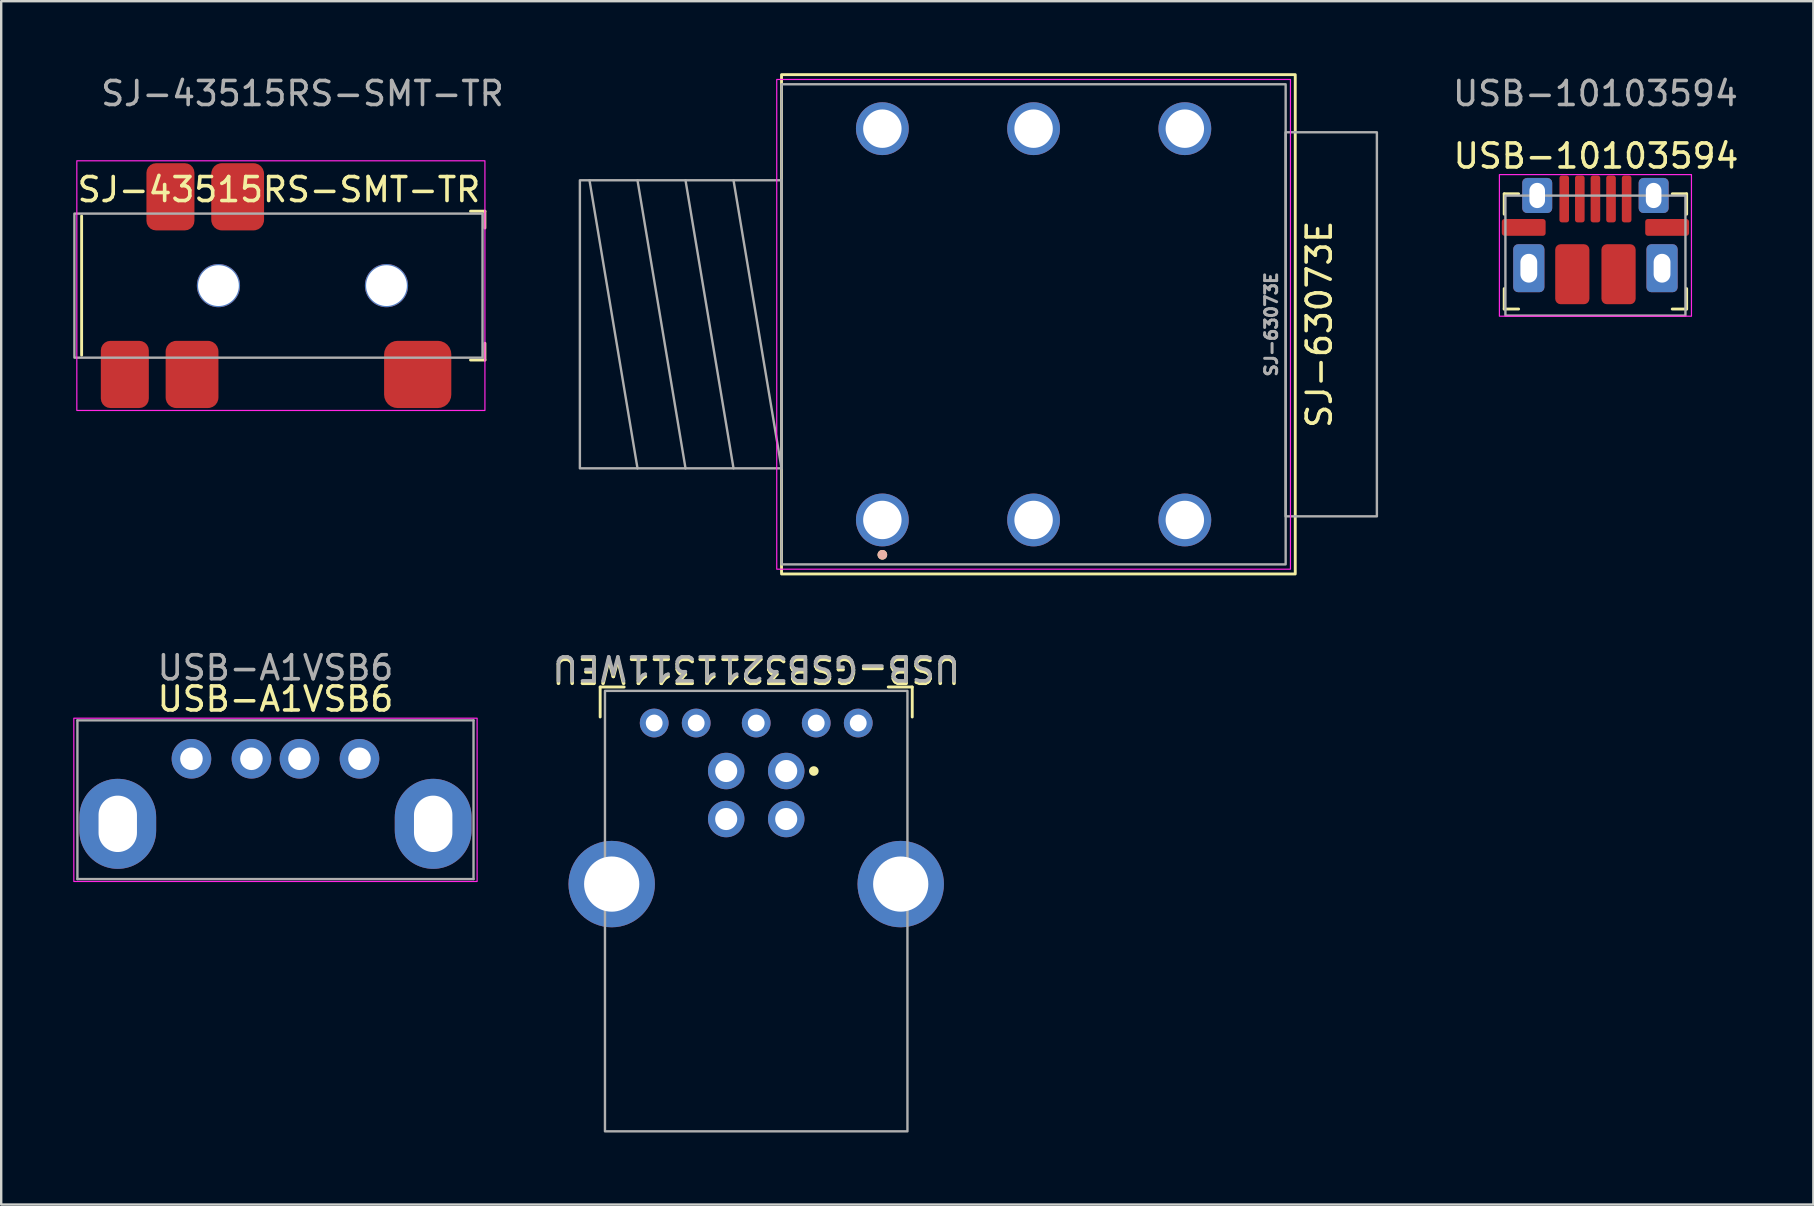
<source format=kicad_pcb>
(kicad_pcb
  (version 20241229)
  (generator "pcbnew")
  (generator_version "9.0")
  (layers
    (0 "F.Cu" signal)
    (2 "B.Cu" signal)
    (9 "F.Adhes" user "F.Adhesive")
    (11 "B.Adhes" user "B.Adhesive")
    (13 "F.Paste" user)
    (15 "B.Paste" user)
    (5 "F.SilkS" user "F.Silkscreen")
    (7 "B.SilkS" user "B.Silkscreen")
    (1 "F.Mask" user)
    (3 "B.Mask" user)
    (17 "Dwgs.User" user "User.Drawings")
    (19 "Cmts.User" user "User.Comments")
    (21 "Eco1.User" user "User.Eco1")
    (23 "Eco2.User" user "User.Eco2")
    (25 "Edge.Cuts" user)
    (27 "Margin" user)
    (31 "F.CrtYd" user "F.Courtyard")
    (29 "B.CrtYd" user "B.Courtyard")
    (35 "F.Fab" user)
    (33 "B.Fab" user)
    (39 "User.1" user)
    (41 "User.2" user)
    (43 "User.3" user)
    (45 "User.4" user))
  (footprint "USB-A1VSB6"
    (layer "F.Cu")
    (at 8.425 31.268)
    (property "Reference" "USB-A1VSB6" (at 0 -5.2 0) (unlocked yes) (layer "F.SilkS") (effects (font (size 1 1) (thickness 0.15))))
    (attr through_hole)
    (fp_rect (start -8.4 -4.4) (end 8.4 2.4) (stroke (width 0.05) (type solid)) (fill no) (layer "F.CrtYd"))
    (fp_line (start -8.25 -4.31) (end 8.25 -4.31) (stroke (width 0.1) (type solid)) (layer "F.Fab"))
    (fp_line (start -8.25 2.3) (end -8.25 -4.31) (stroke (width 0.1) (type solid)) (layer "F.Fab"))
    (fp_line (start 8.25 -4.31) (end 8.25 2.3) (stroke (width 0.1) (type solid)) (layer "F.Fab"))
    (fp_line (start 8.25 2.3) (end -8.25 2.3) (stroke (width 0.1) (type solid)) (layer "F.Fab"))
    (fp_text user "${REFERENCE}" (at 0 -6.5 0) (unlocked yes) (layer "F.Fab") (effects (font (size 1 1) (thickness 0.15))))
    (pad "1" thru_hole circle (at -3.5 -2.71) (size 1.65 1.65) (drill 0.94) (layers "*.Cu" "*.Mask"))
    (pad "2" thru_hole circle (at -1 -2.71) (size 1.65 1.65) (drill 0.94) (layers "*.Cu" "*.Mask"))
    (pad "3" thru_hole circle (at 1 -2.71) (size 1.65 1.65) (drill 0.94) (layers "*.Cu" "*.Mask"))
    (pad "4" thru_hole circle (at 3.5 -2.71) (size 1.65 1.65) (drill 0.94) (layers "*.Cu" "*.Mask"))
    (pad "5" thru_hole oval (at -6.57 0) (size 3.2 3.75) (drill oval 1.6 2.35) (layers "*.Cu" "*.Mask"))
    (pad "5" thru_hole oval (at 6.57 0) (size 3.2 3.75) (drill oval 1.6 2.35) (layers "*.Cu" "*.Mask")))
  (footprint "USB-GSB3211311WEU"
    (layer "F.Cu")
    (at 28.451 27.068)
    (property "Reference" "USB-GSB3211311WEU" (at 0 -2.2 180) (unlocked yes) (layer "F.SilkS") (effects (font (size 1 1) (thickness 0.15))))
    (attr through_hole)
    (fp_line (start -6.5 -1.5) (end -5.5 -1.5) (stroke (width 0.12) (type solid)) (layer "F.SilkS"))
    (fp_line (start -6.5 -0.25) (end -6.5 -1.5) (stroke (width 0.12) (type solid)) (layer "F.SilkS"))
    (fp_line (start 6.5 -1.5) (end 5.5 -1.5) (stroke (width 0.12) (type solid)) (layer "F.SilkS"))
    (fp_line (start 6.5 -0.25) (end 6.5 -1.5) (stroke (width 0.12) (type solid)) (layer "F.SilkS"))
    (fp_circle (center 2.4 2) (end 2.6 2) (stroke (width 0) (type solid)) (fill yes) (layer "F.SilkS"))
    (fp_rect (start -6.3 -1.34) (end 6.3 17.01) (stroke (width 0.1) (type solid)) (fill no) (layer "F.Fab"))
    (fp_line (start -6.02 10.46) (end 6.02 10.46) (stroke (width 0.12) (type solid)) (layer "User.2"))
    (fp_text user "${REFERENCE}" (at 0 -2.3 180) (unlocked yes) (layer "F.Fab") (effects (font (size 1 1) (thickness 0.15))))
    (pad "1" thru_hole circle (at 1.25 2) (size 1.52 1.52) (drill 0.92) (layers "*.Cu" "*.Mask"))
    (pad "2" thru_hole circle (at -1.25 2) (size 1.52 1.52) (drill 0.92) (layers "*.Cu" "*.Mask"))
    (pad "3" thru_hole circle (at -1.25 4) (size 1.52 1.52) (drill 0.92) (layers "*.Cu" "*.Mask"))
    (pad "4" thru_hole circle (at 1.25 4) (size 1.52 1.52) (drill 0.92) (layers "*.Cu" "*.Mask"))
    (pad "5" thru_hole circle (at -4.25 0) (size 1.2 1.2) (drill 0.7) (layers "*.Cu" "*.Mask"))
    (pad "6" thru_hole circle (at -2.5 0) (size 1.2 1.2) (drill 0.7) (layers "*.Cu" "*.Mask"))
    (pad "7" thru_hole circle (at 0 0) (size 1.2 1.2) (drill 0.7) (layers "*.Cu" "*.Mask"))
    (pad "8" thru_hole circle (at 2.5 0) (size 1.2 1.2) (drill 0.7) (layers "*.Cu" "*.Mask"))
    (pad "9" thru_hole circle (at 4.25 0) (size 1.2 1.2) (drill 0.7) (layers "*.Cu" "*.Mask"))
    (pad "10" thru_hole circle (at -6.02 6.71) (size 3.6 3.6) (drill 2.3) (layers "*.Cu" "*.Mask"))
    (pad "10" thru_hole circle (at 6.02 6.71) (size 3.6 3.6) (drill 2.3) (layers "*.Cu" "*.Mask")))
  (footprint "SJ-63073E"
    (layer "F.Cu")
    (at 29.506 10.46)
    (property "Reference" "SJ-63073E" (at 22.4 0 90) (unlocked yes) (layer "F.SilkS") (effects (font (size 1 1) (thickness 0.15))))
    (attr through_hole)
    (fp_rect (start 0 -10.4) (end 21.4 10.4) (stroke (width 0.12) (type default)) (fill no) (layer "F.SilkS"))
    (fp_circle (center 4.2 9.6) (end 4.4 9.6) (stroke (width 0) (type solid)) (fill yes) (layer "F.SilkS"))
    (fp_circle (center 4.2 9.6) (end 4.4 9.6) (stroke (width 0) (type solid)) (fill yes) (layer "B.SilkS"))
    (fp_rect (start -0.2 -10.2) (end 21.2 10.2) (stroke (width 0.05) (type default)) (fill no) (layer "F.CrtYd"))
    (fp_line (start -8 -6) (end -6 6) (stroke (width 0.1) (type default)) (layer "F.Fab"))
    (fp_line (start -6 -6) (end -4 6) (stroke (width 0.1) (type default)) (layer "F.Fab"))
    (fp_line (start -4 -6) (end -2 6) (stroke (width 0.1) (type default)) (layer "F.Fab"))
    (fp_line (start -2 -6) (end 0 6) (stroke (width 0.1) (type default)) (layer "F.Fab"))
    (fp_rect (start -8.4 -6) (end 0 6) (stroke (width 0.1) (type default)) (fill no) (layer "F.Fab"))
    (fp_rect (start 0 -10) (end 21 10) (stroke (width 0.1) (type default)) (fill no) (layer "F.Fab"))
    (fp_rect (start 21 -8) (end 24.8 8) (stroke (width 0.1) (type default)) (fill no) (layer "F.Fab"))
    (fp_text user "${REFERENCE}" (at 20.4 0 90) (unlocked yes) (layer "F.Fab") (effects (font (size 0.5 0.5) (thickness 0.125))))
    (pad "1" thru_hole circle (at 4.2 8.15) (size 2.2 2.2) (drill 1.6) (layers "*.Cu" "*.Mask"))
    (pad "2" thru_hole circle (at 16.8 8.15) (size 2.2 2.2) (drill 1.6) (layers "*.Cu" "*.Mask"))
    (pad "3" thru_hole circle (at 10.5 8.15) (size 2.2 2.2) (drill 1.6) (layers "*.Cu" "*.Mask"))
    (pad "4" thru_hole circle (at 4.2 -8.15) (size 2.2 2.2) (drill 1.6) (layers "*.Cu" "*.Mask"))
    (pad "5" thru_hole circle (at 16.8 -8.15) (size 2.2 2.2) (drill 1.6) (layers "*.Cu" "*.Mask"))
    (pad "6" thru_hole circle (at 10.5 -8.15) (size 2.2 2.2) (drill 1.6) (layers "*.Cu" "*.Mask")))
  (footprint "SJ-43515RS-SMT-TR"
    (layer "F.Cu")
    (at 1.55 8.848)
    (property "Reference" "SJ-43515RS-SMT-TR" (at 15.5 -4 0) (unlocked yes) (layer "F.SilkS") (effects (font (size 1 1) (thickness 0.15)) (justify right)))
    (attr smd)
    (fp_line (start -1.2 -2.9) (end -1.2 2.9) (stroke (width 0.12) (type solid)) (layer "F.SilkS"))
    (fp_line (start 15 -3.1) (end 15.6 -3.1) (stroke (width 0.12) (type solid)) (layer "F.SilkS"))
    (fp_line (start 15 3.1) (end 15.6 3.1) (stroke (width 0.12) (type solid)) (layer "F.SilkS"))
    (fp_line (start 15.6 -3.1) (end 15.6 -2.4) (stroke (width 0.12) (type solid)) (layer "F.SilkS"))
    (fp_line (start 15.6 3.1) (end 15.6 2.4) (stroke (width 0.12) (type solid)) (layer "F.SilkS"))
    (fp_rect (start -1.4 -5.2) (end 15.6 5.2) (stroke (width 0.05) (type solid)) (fill no) (layer "F.CrtYd"))
    (fp_rect (start -1.5 -3) (end 15.5 3) (stroke (width 0.1) (type solid)) (fill no) (layer "F.Fab"))
    (fp_text user "${REFERENCE}" (at 8 -8 0) (unlocked yes) (layer "F.Fab") (effects (font (size 1 1) (thickness 0.15))))
    (pad "" np_thru_hole circle (at 4.5 0) (size 1.8 1.8) (drill 1.7) (layers "*.Cu" "*.Mask"))
    (pad "" np_thru_hole circle (at 11.5 0) (size 1.8 1.8) (drill 1.7) (layers "*.Cu" "*.Mask"))
    (pad "R1" smd roundrect (at 3.4 3.7) (size 2.2 2.8) (layers "F.Cu" "F.Mask" "F.Paste") (roundrect_rratio 0.2))
    (pad "R2" smd roundrect (at 5.3 -3.7) (size 2.2 2.8) (layers "F.Cu" "F.Mask" "F.Paste") (roundrect_rratio 0.2))
    (pad "S" smd roundrect (at 0.6 3.7) (size 2 2.8) (layers "F.Cu" "F.Mask" "F.Paste") (roundrect_rratio 0.2))
    (pad "SW" smd roundrect (at 2.5 -3.7) (size 2 2.8) (layers "F.Cu" "F.Mask" "F.Paste") (roundrect_rratio 0.2))
    (pad "T" smd roundrect (at 12.8 3.7) (size 2.8 2.8) (layers "F.Cu" "F.Mask" "F.Paste") (roundrect_rratio 0.2)))
  (footprint "USB-10103594"
    (layer "F.Cu")
    (at 63.41 8.123)
    (property "Reference" "USB-10103594" (at 0.025 -4.675 0) (unlocked yes) (layer "F.SilkS") (effects (font (size 1 1) (thickness 0.15))))
    (attr smd)
    (fp_line (start -3.8 -3.1) (end -3.2 -3.1) (stroke (width 0.12) (type solid)) (layer "F.SilkS"))
    (fp_line (start -3.8 -2.25) (end -3.8 -3.1) (stroke (width 0.12) (type solid)) (layer "F.SilkS"))
    (fp_line (start -3.8 0.85) (end -3.8 1.7) (stroke (width 0.12) (type solid)) (layer "F.SilkS"))
    (fp_line (start -3.8 1.7) (end -3.2 1.7) (stroke (width 0.12) (type solid)) (layer "F.SilkS"))
    (fp_line (start 3.8 -3.1) (end 3.2 -3.1) (stroke (width 0.12) (type solid)) (layer "F.SilkS"))
    (fp_line (start 3.8 -2.25) (end 3.8 -3.1) (stroke (width 0.12) (type solid)) (layer "F.SilkS"))
    (fp_line (start 3.8 0.85) (end 3.8 1.7) (stroke (width 0.12) (type solid)) (layer "F.SilkS"))
    (fp_line (start 3.8 1.7) (end 3.2 1.7) (stroke (width 0.12) (type solid)) (layer "F.SilkS"))
    (fp_rect (start -4 -3.9) (end 4 2) (stroke (width 0.05) (type solid)) (fill no) (layer "F.CrtYd"))
    (fp_rect (start -3.75 -3.025) (end 3.75 1.975) (stroke (width 0.1) (type solid)) (fill no) (layer "F.Fab"))
    (fp_line (start -3.75 1.7) (end 3.75 1.7) (stroke (width 0.12) (type solid)) (layer "User.2"))
    (fp_text user "${REFERENCE}" (at 0 -7.275 0) (unlocked yes) (layer "F.Fab") (effects (font (size 1 1) (thickness 0.15))))
    (pad "1" smd roundrect (at -1.3 -2.885 180) (size 0.4 1.95) (layers "F.Cu" "F.Mask" "F.Paste") (roundrect_rratio 0.25))
    (pad "2" smd roundrect (at -0.65 -2.885 180) (size 0.4 1.95) (layers "F.Cu" "F.Mask" "F.Paste") (roundrect_rratio 0.25))
    (pad "3" smd roundrect (at 0 -2.885 180) (size 0.4 1.95) (layers "F.Cu" "F.Mask" "F.Paste") (roundrect_rratio 0.25))
    (pad "4" smd roundrect (at 0.65 -2.885 180) (size 0.4 1.95) (layers "F.Cu" "F.Mask" "F.Paste") (roundrect_rratio 0.25))
    (pad "5" smd roundrect (at 1.3 -2.885 180) (size 0.4 1.95) (layers "F.Cu" "F.Mask" "F.Paste") (roundrect_rratio 0.25))
    (pad "6" smd roundrect (at -2.987 -1.7) (size 1.825 0.7) (layers "F.Cu" "F.Mask" "F.Paste") (roundrect_rratio 0.16))
    (pad "6" thru_hole roundrect (at -2.775 0) (size 1.3 2) (drill oval 0.7 1.2) (layers "*.Cu" "*.Mask") (roundrect_rratio 0.16))
    (pad "6" thru_hole roundrect (at -2.425 -3.03) (size 1.25 1.46) (drill oval 0.65 1.05) (layers "*.Cu" "*.Mask") (roundrect_rratio 0.16))
    (pad "6" smd roundrect (at -0.963 0.25) (size 1.425 2.5) (layers "F.Cu" "F.Mask" "F.Paste") (roundrect_rratio 0.16))
    (pad "6" smd roundrect (at 0.963 0.25) (size 1.425 2.5) (layers "F.Cu" "F.Mask" "F.Paste") (roundrect_rratio 0.16))
    (pad "6" thru_hole roundrect (at 2.425 -3.03) (size 1.25 1.46) (drill oval 0.65 1.05) (layers "*.Cu" "*.Mask") (roundrect_rratio 0.16))
    (pad "6" thru_hole roundrect (at 2.775 0) (size 1.3 2) (drill oval 0.7 1.2) (layers "*.Cu" "*.Mask") (roundrect_rratio 0.16))
    (pad "6" smd roundrect (at 2.987 -1.7) (size 1.825 0.7) (layers "F.Cu" "F.Mask" "F.Paste") (roundrect_rratio 0.16)))
  (gr_rect
    (start -3 -3)
    (end 72.488 47.128)
    (stroke (width 0.1) (type default))
    (fill no)
    (layer "Edge.Cuts")))
</source>
